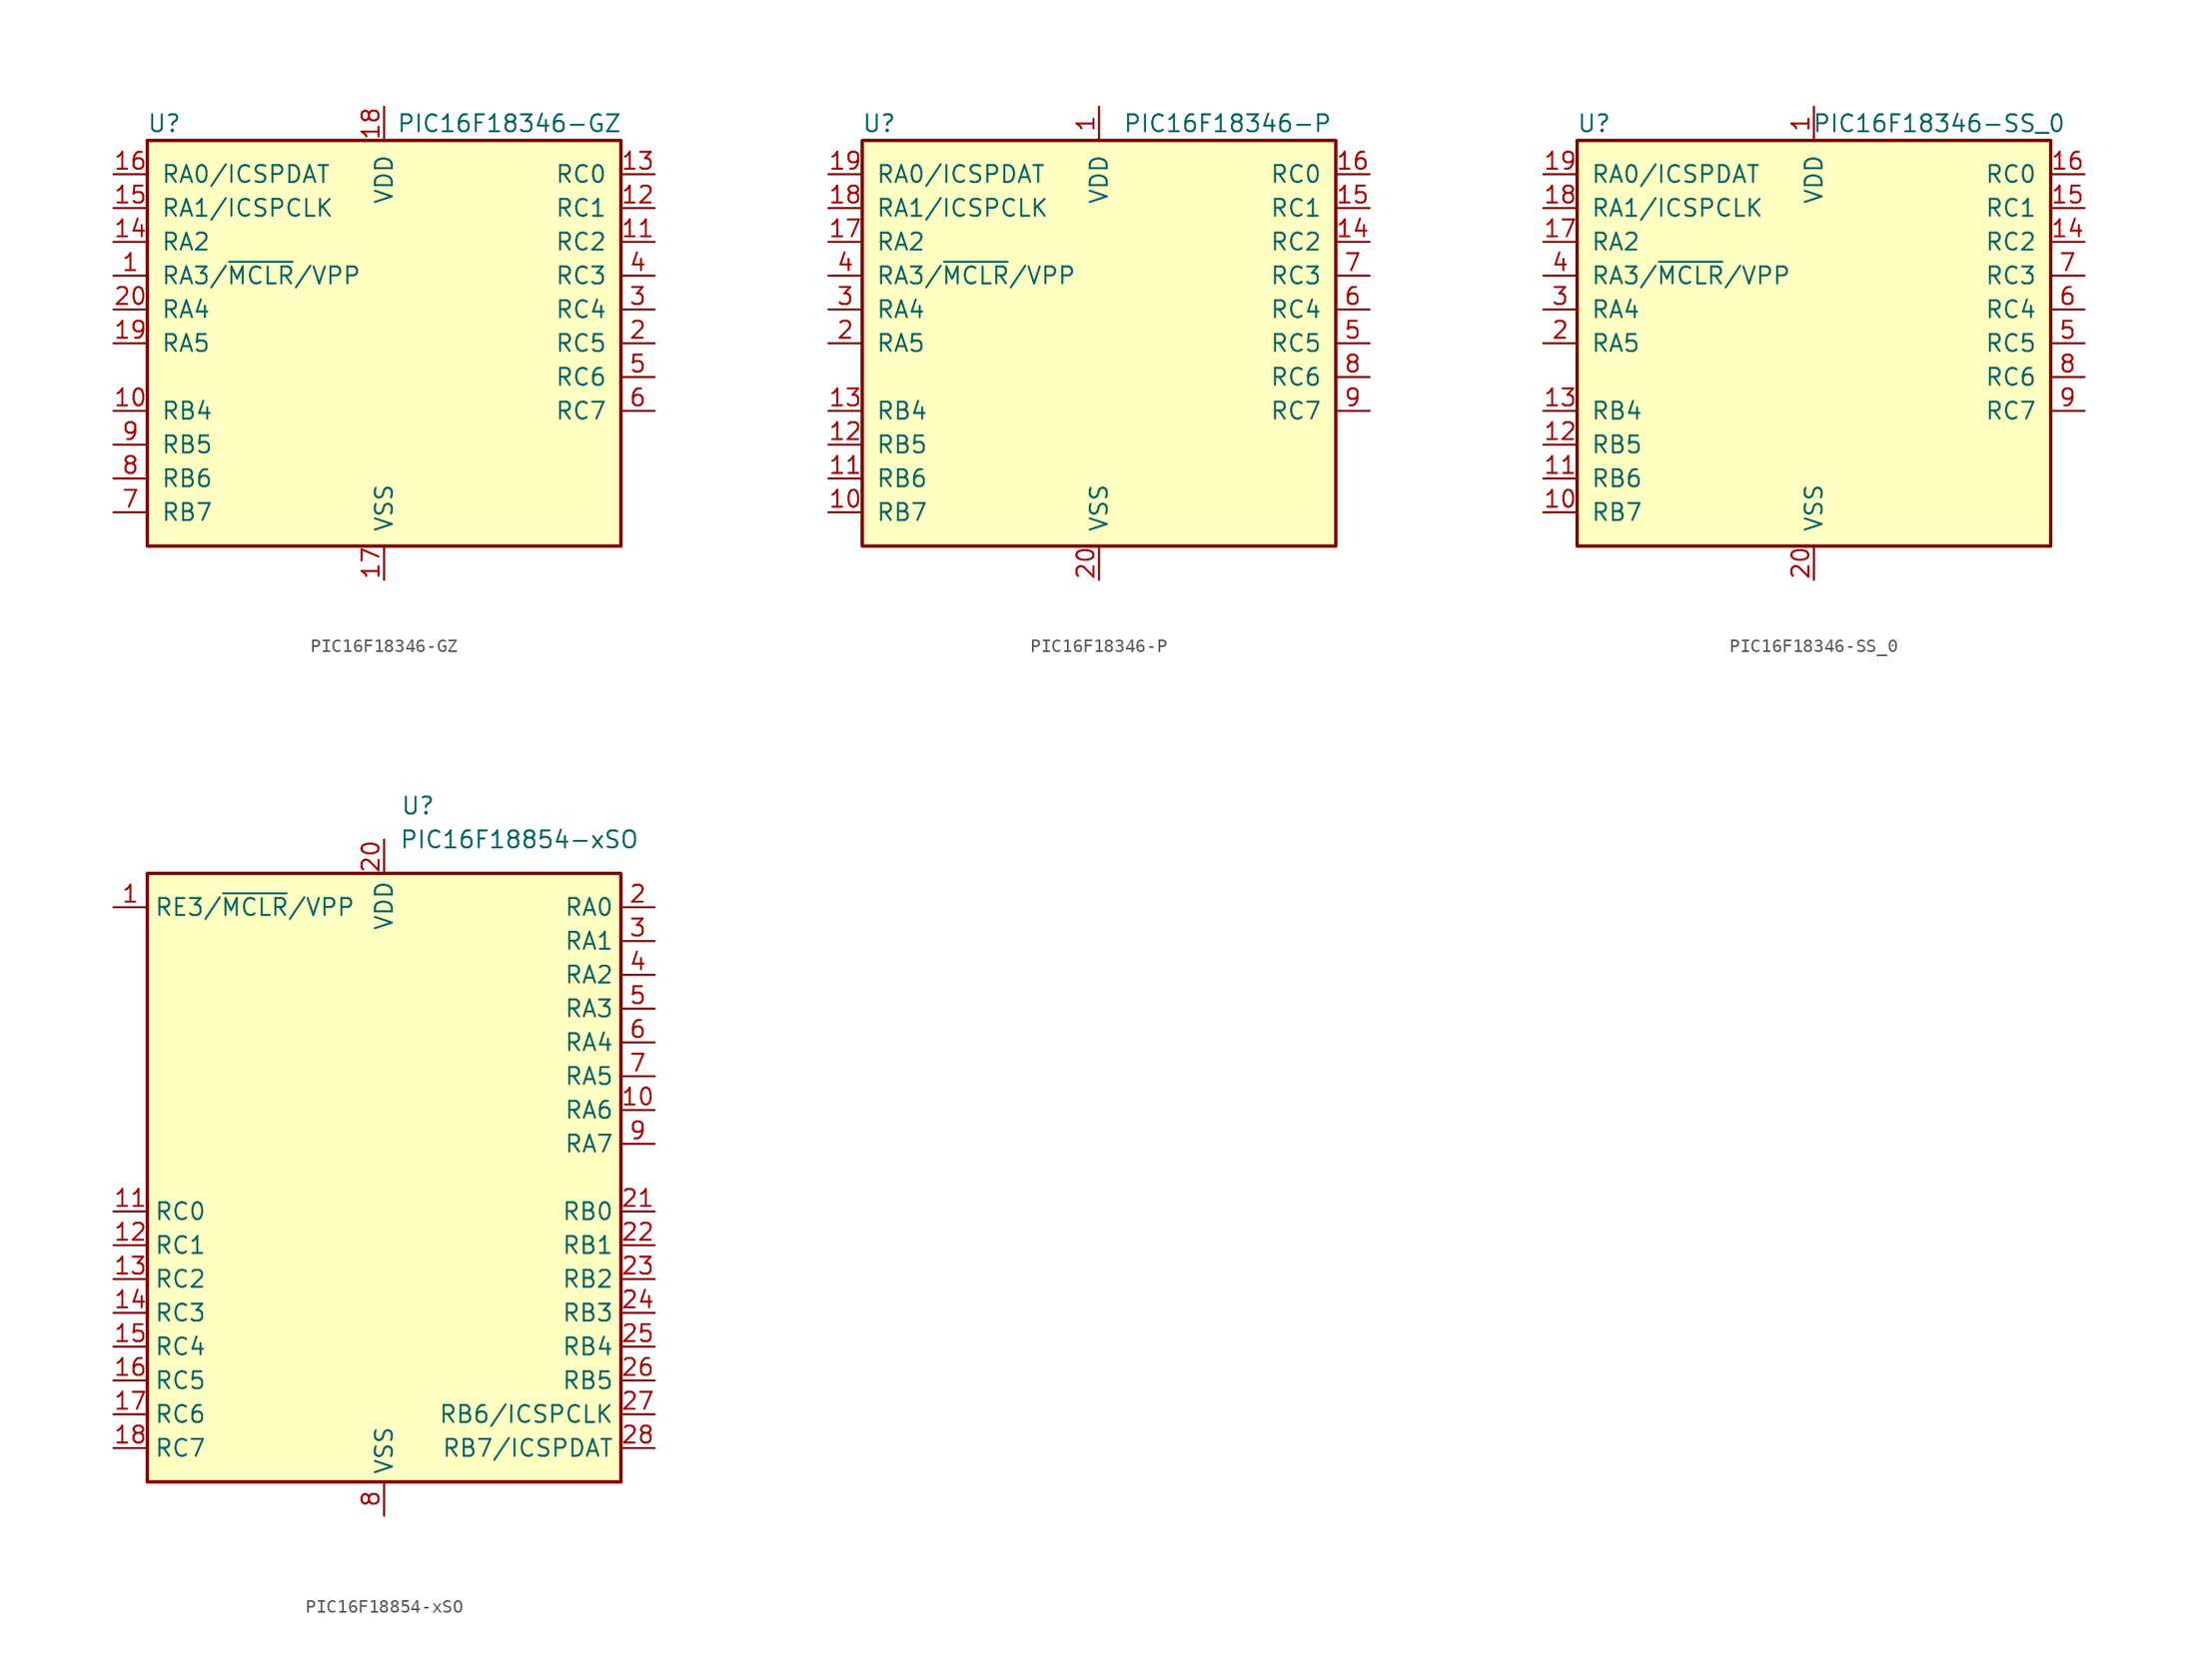
<source format=kicad_sym>
(kicad_symbol_lib
  (version 20211014)
  (generator kicad_symbol_editor)
  (symbol "PIC16F18346-GZ"
    (pin_names
      (offset 1.016))
    (property "Reference" "U"
      (at -16.51 16.51 0)
      (effects (font (size 1.27 1.27))))
    (property "Value" "PIC16F18346-GZ"
      (at 9.398 16.51 0)
      (effects (font (size 1.27 1.27))))
    (symbol "PIC16F18346-GZ_0_1"
      (rectangle (start -17.78 15.24) (end 17.78 -15.24) (stroke (width 0.254) (type default) (color 0 0 0 0)) (fill (type background))))
    (symbol "PIC16F18346-GZ_1_1"
      (pin bidirectional line (at -20.32 5.08 0) (length 2.54) (name "RA3/~{MCLR}/VPP" (effects (font (size 1.27 1.27)))) (number "1" (effects (font (size 1.27 1.27)))))
      (pin bidirectional line (at -20.32 -5.08 0) (length 2.54) (name "RB4" (effects (font (size 1.27 1.27)))) (number "10" (effects (font (size 1.27 1.27)))))
      (pin bidirectional line (at 20.32 7.62 180) (length 2.54) (name "RC2" (effects (font (size 1.27 1.27)))) (number "11" (effects (font (size 1.27 1.27)))))
      (pin bidirectional line (at 20.32 10.16 180) (length 2.54) (name "RC1" (effects (font (size 1.27 1.27)))) (number "12" (effects (font (size 1.27 1.27)))))
      (pin bidirectional line (at 20.32 12.7 180) (length 2.54) (name "RC0" (effects (font (size 1.27 1.27)))) (number "13" (effects (font (size 1.27 1.27)))))
      (pin bidirectional line (at -20.32 7.62 0) (length 2.54) (name "RA2" (effects (font (size 1.27 1.27)))) (number "14" (effects (font (size 1.27 1.27)))))
      (pin bidirectional line (at -20.32 10.16 0) (length 2.54) (name "RA1/ICSPCLK" (effects (font (size 1.27 1.27)))) (number "15" (effects (font (size 1.27 1.27)))))
      (pin bidirectional line (at -20.32 12.7 0) (length 2.54) (name "RA0/ICSPDAT" (effects (font (size 1.27 1.27)))) (number "16" (effects (font (size 1.27 1.27)))))
      (pin power_in line (at 0 -17.78 90) (length 2.54) (name "VSS" (effects (font (size 1.27 1.27)))) (number "17" (effects (font (size 1.27 1.27)))))
      (pin power_in line (at 0 17.78 270) (length 2.54) (name "VDD" (effects (font (size 1.27 1.27)))) (number "18" (effects (font (size 1.27 1.27)))))
      (pin bidirectional line (at -20.32 0 0) (length 2.54) (name "RA5" (effects (font (size 1.27 1.27)))) (number "19" (effects (font (size 1.27 1.27)))))
      (pin bidirectional line (at 20.32 0 180) (length 2.54) (name "RC5" (effects (font (size 1.27 1.27)))) (number "2" (effects (font (size 1.27 1.27)))))
      (pin bidirectional line (at -20.32 2.54 0) (length 2.54) (name "RA4" (effects (font (size 1.27 1.27)))) (number "20" (effects (font (size 1.27 1.27)))))
      (pin bidirectional line (at 20.32 2.54 180) (length 2.54) (name "RC4" (effects (font (size 1.27 1.27)))) (number "3" (effects (font (size 1.27 1.27)))))
      (pin bidirectional line (at 20.32 5.08 180) (length 2.54) (name "RC3" (effects (font (size 1.27 1.27)))) (number "4" (effects (font (size 1.27 1.27)))))
      (pin bidirectional line (at 20.32 -2.54 180) (length 2.54) (name "RC6" (effects (font (size 1.27 1.27)))) (number "5" (effects (font (size 1.27 1.27)))))
      (pin bidirectional line (at 20.32 -5.08 180) (length 2.54) (name "RC7" (effects (font (size 1.27 1.27)))) (number "6" (effects (font (size 1.27 1.27)))))
      (pin bidirectional line (at -20.32 -12.7 0) (length 2.54) (name "RB7" (effects (font (size 1.27 1.27)))) (number "7" (effects (font (size 1.27 1.27)))))
      (pin bidirectional line (at -20.32 -10.16 0) (length 2.54) (name "RB6" (effects (font (size 1.27 1.27)))) (number "8" (effects (font (size 1.27 1.27)))))
      (pin bidirectional line (at -20.32 -7.62 0) (length 2.54) (name "RB5" (effects (font (size 1.27 1.27)))) (number "9" (effects (font (size 1.27 1.27)))))))
  (symbol "PIC16F18346-P"
    (pin_names
      (offset 1.016))
    (property "Reference" "U"
      (at -16.51 16.51 0)
      (effects (font (size 1.27 1.27))))
    (property "Value" "PIC16F18346-P"
      (at 9.652 16.51 0)
      (effects (font (size 1.27 1.27))))
    (symbol "PIC16F18346-P_0_1"
      (rectangle (start -17.78 15.24) (end 17.78 -15.24) (stroke (width 0.254) (type default) (color 0 0 0 0)) (fill (type background))))
    (symbol "PIC16F18346-P_1_1"
      (pin power_in line (at 0 17.78 270) (length 2.54) (name "VDD" (effects (font (size 1.27 1.27)))) (number "1" (effects (font (size 1.27 1.27)))))
      (pin bidirectional line (at -20.32 -12.7 0) (length 2.54) (name "RB7" (effects (font (size 1.27 1.27)))) (number "10" (effects (font (size 1.27 1.27)))))
      (pin bidirectional line (at -20.32 -10.16 0) (length 2.54) (name "RB6" (effects (font (size 1.27 1.27)))) (number "11" (effects (font (size 1.27 1.27)))))
      (pin bidirectional line (at -20.32 -7.62 0) (length 2.54) (name "RB5" (effects (font (size 1.27 1.27)))) (number "12" (effects (font (size 1.27 1.27)))))
      (pin bidirectional line (at -20.32 -5.08 0) (length 2.54) (name "RB4" (effects (font (size 1.27 1.27)))) (number "13" (effects (font (size 1.27 1.27)))))
      (pin bidirectional line (at 20.32 7.62 180) (length 2.54) (name "RC2" (effects (font (size 1.27 1.27)))) (number "14" (effects (font (size 1.27 1.27)))))
      (pin bidirectional line (at 20.32 10.16 180) (length 2.54) (name "RC1" (effects (font (size 1.27 1.27)))) (number "15" (effects (font (size 1.27 1.27)))))
      (pin bidirectional line (at 20.32 12.7 180) (length 2.54) (name "RC0" (effects (font (size 1.27 1.27)))) (number "16" (effects (font (size 1.27 1.27)))))
      (pin bidirectional line (at -20.32 7.62 0) (length 2.54) (name "RA2" (effects (font (size 1.27 1.27)))) (number "17" (effects (font (size 1.27 1.27)))))
      (pin bidirectional line (at -20.32 10.16 0) (length 2.54) (name "RA1/ICSPCLK" (effects (font (size 1.27 1.27)))) (number "18" (effects (font (size 1.27 1.27)))))
      (pin bidirectional line (at -20.32 12.7 0) (length 2.54) (name "RA0/ICSPDAT" (effects (font (size 1.27 1.27)))) (number "19" (effects (font (size 1.27 1.27)))))
      (pin bidirectional line (at -20.32 0 0) (length 2.54) (name "RA5" (effects (font (size 1.27 1.27)))) (number "2" (effects (font (size 1.27 1.27)))))
      (pin power_in line (at 0 -17.78 90) (length 2.54) (name "VSS" (effects (font (size 1.27 1.27)))) (number "20" (effects (font (size 1.27 1.27)))))
      (pin bidirectional line (at -20.32 2.54 0) (length 2.54) (name "RA4" (effects (font (size 1.27 1.27)))) (number "3" (effects (font (size 1.27 1.27)))))
      (pin bidirectional line (at -20.32 5.08 0) (length 2.54) (name "RA3/~{MCLR}/VPP" (effects (font (size 1.27 1.27)))) (number "4" (effects (font (size 1.27 1.27)))))
      (pin bidirectional line (at 20.32 0 180) (length 2.54) (name "RC5" (effects (font (size 1.27 1.27)))) (number "5" (effects (font (size 1.27 1.27)))))
      (pin bidirectional line (at 20.32 2.54 180) (length 2.54) (name "RC4" (effects (font (size 1.27 1.27)))) (number "6" (effects (font (size 1.27 1.27)))))
      (pin bidirectional line (at 20.32 5.08 180) (length 2.54) (name "RC3" (effects (font (size 1.27 1.27)))) (number "7" (effects (font (size 1.27 1.27)))))
      (pin bidirectional line (at 20.32 -2.54 180) (length 2.54) (name "RC6" (effects (font (size 1.27 1.27)))) (number "8" (effects (font (size 1.27 1.27)))))
      (pin bidirectional line (at 20.32 -5.08 180) (length 2.54) (name "RC7" (effects (font (size 1.27 1.27)))) (number "9" (effects (font (size 1.27 1.27)))))))
  (symbol "PIC16F18346-SS_0"
    (pin_names
      (offset 1.016))
    (property "Reference" "U"
      (at -16.51 16.51 0)
      (effects (font (size 1.27 1.27))))
    (property "Value" "PIC16F18346-SS_0"
      (at 9.398 16.51 0)
      (effects (font (size 1.27 1.27))))
    (symbol "PIC16F18346-SS_0_0_1"
      (rectangle (start -17.78 15.24) (end 17.78 -15.24) (stroke (width 0.254) (type default) (color 0 0 0 0)) (fill (type background))))
    (symbol "PIC16F18346-SS_0_1_1"
      (pin power_in line (at 0 17.78 270) (length 2.54) (name "VDD" (effects (font (size 1.27 1.27)))) (number "1" (effects (font (size 1.27 1.27)))))
      (pin bidirectional line (at -20.32 -12.7 0) (length 2.54) (name "RB7" (effects (font (size 1.27 1.27)))) (number "10" (effects (font (size 1.27 1.27)))))
      (pin bidirectional line (at -20.32 -10.16 0) (length 2.54) (name "RB6" (effects (font (size 1.27 1.27)))) (number "11" (effects (font (size 1.27 1.27)))))
      (pin bidirectional line (at -20.32 -7.62 0) (length 2.54) (name "RB5" (effects (font (size 1.27 1.27)))) (number "12" (effects (font (size 1.27 1.27)))))
      (pin bidirectional line (at -20.32 -5.08 0) (length 2.54) (name "RB4" (effects (font (size 1.27 1.27)))) (number "13" (effects (font (size 1.27 1.27)))))
      (pin bidirectional line (at 20.32 7.62 180) (length 2.54) (name "RC2" (effects (font (size 1.27 1.27)))) (number "14" (effects (font (size 1.27 1.27)))))
      (pin bidirectional line (at 20.32 10.16 180) (length 2.54) (name "RC1" (effects (font (size 1.27 1.27)))) (number "15" (effects (font (size 1.27 1.27)))))
      (pin bidirectional line (at 20.32 12.7 180) (length 2.54) (name "RC0" (effects (font (size 1.27 1.27)))) (number "16" (effects (font (size 1.27 1.27)))))
      (pin bidirectional line (at -20.32 7.62 0) (length 2.54) (name "RA2" (effects (font (size 1.27 1.27)))) (number "17" (effects (font (size 1.27 1.27)))))
      (pin bidirectional line (at -20.32 10.16 0) (length 2.54) (name "RA1/ICSPCLK" (effects (font (size 1.27 1.27)))) (number "18" (effects (font (size 1.27 1.27)))))
      (pin bidirectional line (at -20.32 12.7 0) (length 2.54) (name "RA0/ICSPDAT" (effects (font (size 1.27 1.27)))) (number "19" (effects (font (size 1.27 1.27)))))
      (pin bidirectional line (at -20.32 0 0) (length 2.54) (name "RA5" (effects (font (size 1.27 1.27)))) (number "2" (effects (font (size 1.27 1.27)))))
      (pin power_in line (at 0 -17.78 90) (length 2.54) (name "VSS" (effects (font (size 1.27 1.27)))) (number "20" (effects (font (size 1.27 1.27)))))
      (pin bidirectional line (at -20.32 2.54 0) (length 2.54) (name "RA4" (effects (font (size 1.27 1.27)))) (number "3" (effects (font (size 1.27 1.27)))))
      (pin bidirectional line (at -20.32 5.08 0) (length 2.54) (name "RA3/~{MCLR}/VPP" (effects (font (size 1.27 1.27)))) (number "4" (effects (font (size 1.27 1.27)))))
      (pin bidirectional line (at 20.32 0 180) (length 2.54) (name "RC5" (effects (font (size 1.27 1.27)))) (number "5" (effects (font (size 1.27 1.27)))))
      (pin bidirectional line (at 20.32 2.54 180) (length 2.54) (name "RC4" (effects (font (size 1.27 1.27)))) (number "6" (effects (font (size 1.27 1.27)))))
      (pin bidirectional line (at 20.32 5.08 180) (length 2.54) (name "RC3" (effects (font (size 1.27 1.27)))) (number "7" (effects (font (size 1.27 1.27)))))
      (pin bidirectional line (at 20.32 -2.54 180) (length 2.54) (name "RC6" (effects (font (size 1.27 1.27)))) (number "8" (effects (font (size 1.27 1.27)))))
      (pin bidirectional line (at 20.32 -5.08 180) (length 2.54) (name "RC7" (effects (font (size 1.27 1.27)))) (number "9" (effects (font (size 1.27 1.27)))))))
  (symbol "PIC16F18854-xSO"
    (property "Reference" "U"
      (at 2.54 27.94 0)
      (effects (font (size 1.27 1.27))))
    (property "Value" "PIC16F18854-xSO"
      (at 10.16 25.4 0)
      (effects (font (size 1.27 1.27))))
    (symbol "PIC16F18854-xSO_0_0"
      (pin passive line (at 0 -25.4 90) (length 2.54) hide (name "VSS" (effects (font (size 1.27 1.27)))) (number "19" (effects (font (size 1.27 1.27))))))
    (symbol "PIC16F18854-xSO_0_1"
      (rectangle (start -17.78 22.86) (end 17.78 -22.86) (stroke (width 0.254) (type default) (color 0 0 0 0)) (fill (type background))))
    (symbol "PIC16F18854-xSO_1_1"
      (pin input line (at -20.32 20.32 0) (length 2.54) (name "RE3/~{MCLR}/VPP" (effects (font (size 1.27 1.27)))) (number "1" (effects (font (size 1.27 1.27)))))
      (pin bidirectional line (at 20.32 5.08 180) (length 2.54) (name "RA6" (effects (font (size 1.27 1.27)))) (number "10" (effects (font (size 1.27 1.27)))))
      (pin bidirectional line (at -20.32 -2.54 0) (length 2.54) (name "RC0" (effects (font (size 1.27 1.27)))) (number "11" (effects (font (size 1.27 1.27)))))
      (pin bidirectional line (at -20.32 -5.08 0) (length 2.54) (name "RC1" (effects (font (size 1.27 1.27)))) (number "12" (effects (font (size 1.27 1.27)))))
      (pin bidirectional line (at -20.32 -7.62 0) (length 2.54) (name "RC2" (effects (font (size 1.27 1.27)))) (number "13" (effects (font (size 1.27 1.27)))))
      (pin bidirectional line (at -20.32 -10.16 0) (length 2.54) (name "RC3" (effects (font (size 1.27 1.27)))) (number "14" (effects (font (size 1.27 1.27)))))
      (pin bidirectional line (at -20.32 -12.7 0) (length 2.54) (name "RC4" (effects (font (size 1.27 1.27)))) (number "15" (effects (font (size 1.27 1.27)))))
      (pin bidirectional line (at -20.32 -15.24 0) (length 2.54) (name "RC5" (effects (font (size 1.27 1.27)))) (number "16" (effects (font (size 1.27 1.27)))))
      (pin bidirectional line (at -20.32 -17.78 0) (length 2.54) (name "RC6" (effects (font (size 1.27 1.27)))) (number "17" (effects (font (size 1.27 1.27)))))
      (pin bidirectional line (at -20.32 -20.32 0) (length 2.54) (name "RC7" (effects (font (size 1.27 1.27)))) (number "18" (effects (font (size 1.27 1.27)))))
      (pin bidirectional line (at 20.32 20.32 180) (length 2.54) (name "RA0" (effects (font (size 1.27 1.27)))) (number "2" (effects (font (size 1.27 1.27)))))
      (pin power_in line (at 0 25.4 270) (length 2.54) (name "VDD" (effects (font (size 1.27 1.27)))) (number "20" (effects (font (size 1.27 1.27)))))
      (pin bidirectional line (at 20.32 -2.54 180) (length 2.54) (name "RB0" (effects (font (size 1.27 1.27)))) (number "21" (effects (font (size 1.27 1.27)))))
      (pin bidirectional line (at 20.32 -5.08 180) (length 2.54) (name "RB1" (effects (font (size 1.27 1.27)))) (number "22" (effects (font (size 1.27 1.27)))))
      (pin bidirectional line (at 20.32 -7.62 180) (length 2.54) (name "RB2" (effects (font (size 1.27 1.27)))) (number "23" (effects (font (size 1.27 1.27)))))
      (pin bidirectional line (at 20.32 -10.16 180) (length 2.54) (name "RB3" (effects (font (size 1.27 1.27)))) (number "24" (effects (font (size 1.27 1.27)))))
      (pin bidirectional line (at 20.32 -12.7 180) (length 2.54) (name "RB4" (effects (font (size 1.27 1.27)))) (number "25" (effects (font (size 1.27 1.27)))))
      (pin bidirectional line (at 20.32 -15.24 180) (length 2.54) (name "RB5" (effects (font (size 1.27 1.27)))) (number "26" (effects (font (size 1.27 1.27)))))
      (pin bidirectional line (at 20.32 -17.78 180) (length 2.54) (name "RB6/ICSPCLK" (effects (font (size 1.27 1.27)))) (number "27" (effects (font (size 1.27 1.27)))))
      (pin bidirectional line (at 20.32 -20.32 180) (length 2.54) (name "RB7/ICSPDAT" (effects (font (size 1.27 1.27)))) (number "28" (effects (font (size 1.27 1.27)))))
      (pin bidirectional line (at 20.32 17.78 180) (length 2.54) (name "RA1" (effects (font (size 1.27 1.27)))) (number "3" (effects (font (size 1.27 1.27)))))
      (pin bidirectional line (at 20.32 15.24 180) (length 2.54) (name "RA2" (effects (font (size 1.27 1.27)))) (number "4" (effects (font (size 1.27 1.27)))))
      (pin bidirectional line (at 20.32 12.7 180) (length 2.54) (name "RA3" (effects (font (size 1.27 1.27)))) (number "5" (effects (font (size 1.27 1.27)))))
      (pin bidirectional line (at 20.32 10.16 180) (length 2.54) (name "RA4" (effects (font (size 1.27 1.27)))) (number "6" (effects (font (size 1.27 1.27)))))
      (pin bidirectional line (at 20.32 7.62 180) (length 2.54) (name "RA5" (effects (font (size 1.27 1.27)))) (number "7" (effects (font (size 1.27 1.27)))))
      (pin power_in line (at 0 -25.4 90) (length 2.54) (name "VSS" (effects (font (size 1.27 1.27)))) (number "8" (effects (font (size 1.27 1.27)))))
      (pin bidirectional line (at 20.32 2.54 180) (length 2.54) (name "RA7" (effects (font (size 1.27 1.27)))) (number "9" (effects (font (size 1.27 1.27))))))))
</source>
